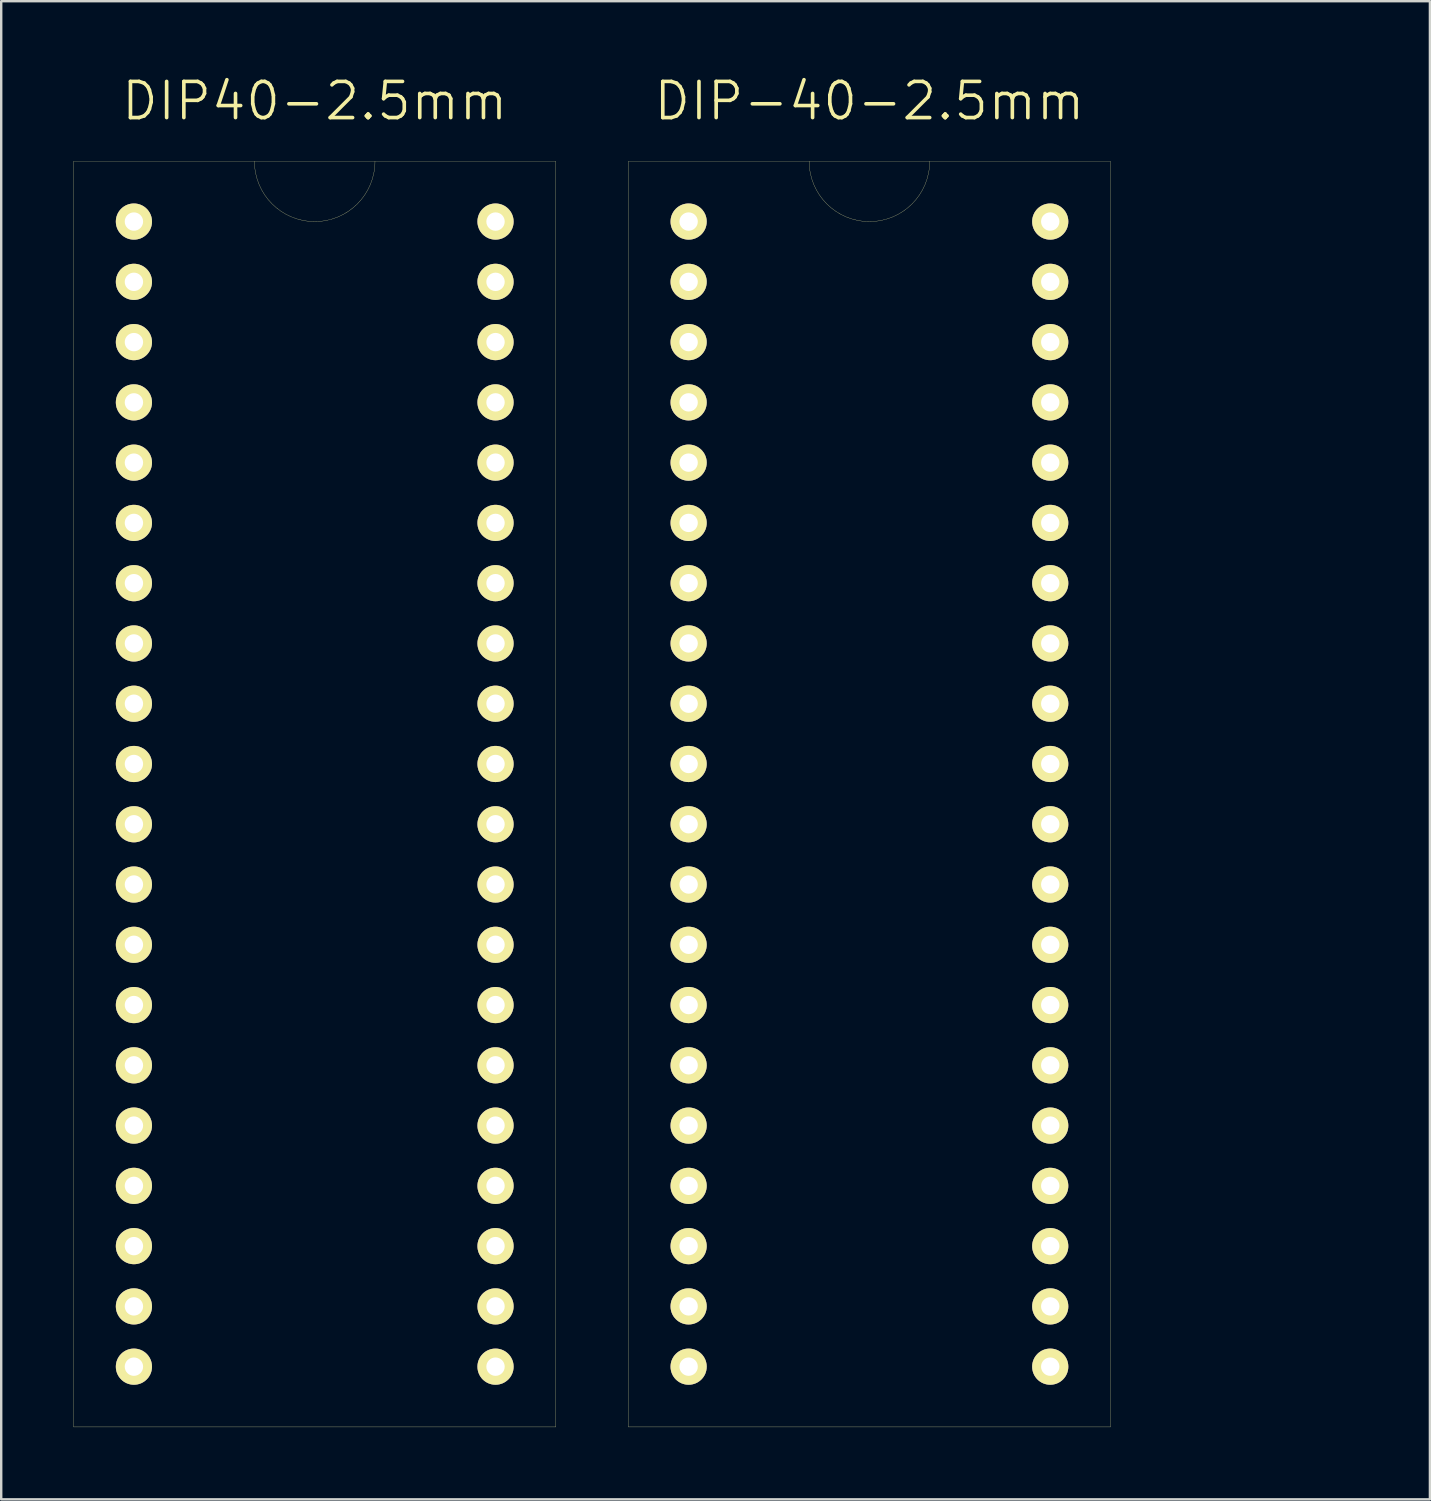
<source format=kicad_pcb>
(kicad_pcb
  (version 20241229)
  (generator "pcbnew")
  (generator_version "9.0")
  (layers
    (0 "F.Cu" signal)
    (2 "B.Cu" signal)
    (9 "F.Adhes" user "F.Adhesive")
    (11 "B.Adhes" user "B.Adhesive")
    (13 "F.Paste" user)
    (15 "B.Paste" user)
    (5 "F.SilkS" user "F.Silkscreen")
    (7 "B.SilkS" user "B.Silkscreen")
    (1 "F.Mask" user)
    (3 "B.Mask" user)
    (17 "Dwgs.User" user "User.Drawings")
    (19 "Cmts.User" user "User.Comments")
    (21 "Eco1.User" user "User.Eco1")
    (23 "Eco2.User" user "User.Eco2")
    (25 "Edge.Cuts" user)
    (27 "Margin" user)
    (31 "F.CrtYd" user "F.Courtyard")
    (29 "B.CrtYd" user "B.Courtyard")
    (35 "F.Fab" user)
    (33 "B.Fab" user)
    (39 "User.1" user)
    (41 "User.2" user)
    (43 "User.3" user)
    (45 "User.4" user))
  (footprint "DIP-40-2.5mm"
    (layer "F.Cu")
    (at 53.015 36.141)
    (property "Reference" "DIP-40-2.5mm" (at -20 -35 0) (layer "F.SilkS") (effects (font (size 1.5 1.5) (thickness 0.15))))
    (attr through_hole)
    (fp_line (start -30 -32.5) (end -10 -32.5) (stroke (width 0.01) (type solid)) (layer "F.SilkS"))
    (fp_line (start -30 20) (end -30 -32.5) (stroke (width 0.01) (type solid)) (layer "F.SilkS"))
    (fp_line (start -10 -32.5) (end -10 20) (stroke (width 0.01) (type solid)) (layer "F.SilkS"))
    (fp_line (start -10 20) (end -30 20) (stroke (width 0.01) (type solid)) (layer "F.SilkS"))
    (fp_arc (start -20 -30) (mid -21.767767 -30.732233) (end -22.5 -32.5) (stroke (width 0.01) (type solid)) (layer "F.SilkS"))
    (fp_arc (start -17.5 -32.5) (mid -18.232233 -30.732233) (end -20 -30) (stroke (width 0.01) (type solid)) (layer "F.SilkS"))
    (pad "1" thru_hole circle (at -27.5 -30) (size 1.5 1.5) (drill 0.762) (layers "*.Cu" "*.Mask" "F.SilkS"))
    (pad "2" thru_hole circle (at -27.5 -27.5) (size 1.5 1.5) (drill 0.762) (layers "*.Cu" "*.Mask" "F.SilkS"))
    (pad "3" thru_hole circle (at -27.5 -25) (size 1.5 1.5) (drill 0.762) (layers "*.Cu" "*.Mask" "F.SilkS"))
    (pad "4" thru_hole circle (at -27.5 -22.5) (size 1.5 1.5) (drill 0.762) (layers "*.Cu" "*.Mask" "F.SilkS"))
    (pad "5" thru_hole circle (at -27.5 -20) (size 1.5 1.5) (drill 0.762) (layers "*.Cu" "*.Mask" "F.SilkS"))
    (pad "6" thru_hole circle (at -27.5 -17.5) (size 1.5 1.5) (drill 0.762) (layers "*.Cu" "*.Mask" "F.SilkS"))
    (pad "7" thru_hole circle (at -27.5 -15) (size 1.5 1.5) (drill 0.762) (layers "*.Cu" "*.Mask" "F.SilkS"))
    (pad "8" thru_hole circle (at -27.5 -12.5) (size 1.5 1.5) (drill 0.762) (layers "*.Cu" "*.Mask" "F.SilkS"))
    (pad "9" thru_hole circle (at -27.5 -10) (size 1.5 1.5) (drill 0.762) (layers "*.Cu" "*.Mask" "F.SilkS"))
    (pad "10" thru_hole circle (at -27.5 -7.5) (size 1.5 1.5) (drill 0.762) (layers "*.Cu" "*.Mask" "F.SilkS"))
    (pad "11" thru_hole circle (at -27.5 -5) (size 1.5 1.5) (drill 0.762) (layers "*.Cu" "*.Mask" "F.SilkS"))
    (pad "12" thru_hole circle (at -27.5 -2.5) (size 1.5 1.5) (drill 0.762) (layers "*.Cu" "*.Mask" "F.SilkS"))
    (pad "13" thru_hole circle (at -27.5 0) (size 1.5 1.5) (drill 0.762) (layers "*.Cu" "*.Mask" "F.SilkS"))
    (pad "14" thru_hole circle (at -27.5 2.5) (size 1.5 1.5) (drill 0.762) (layers "*.Cu" "*.Mask" "F.SilkS"))
    (pad "15" thru_hole circle (at -27.5 5) (size 1.5 1.5) (drill 0.762) (layers "*.Cu" "*.Mask" "F.SilkS"))
    (pad "16" thru_hole circle (at -27.5 7.5) (size 1.5 1.5) (drill 0.762) (layers "*.Cu" "*.Mask" "F.SilkS"))
    (pad "17" thru_hole circle (at -27.5 10) (size 1.5 1.5) (drill 0.762) (layers "*.Cu" "*.Mask" "F.SilkS"))
    (pad "18" thru_hole circle (at -27.5 12.5) (size 1.5 1.5) (drill 0.762) (layers "*.Cu" "*.Mask" "F.SilkS"))
    (pad "19" thru_hole circle (at -27.5 15) (size 1.5 1.5) (drill 0.762) (layers "*.Cu" "*.Mask" "F.SilkS"))
    (pad "20" thru_hole circle (at -27.5 17.5) (size 1.5 1.5) (drill 0.762) (layers "*.Cu" "*.Mask" "F.SilkS"))
    (pad "21" thru_hole circle (at -12.5 17.5) (size 1.5 1.5) (drill 0.762) (layers "*.Cu" "*.Mask" "F.SilkS"))
    (pad "22" thru_hole circle (at -12.5 15) (size 1.5 1.5) (drill 0.762) (layers "*.Cu" "*.Mask" "F.SilkS"))
    (pad "23" thru_hole circle (at -12.5 12.5) (size 1.5 1.5) (drill 0.762) (layers "*.Cu" "*.Mask" "F.SilkS"))
    (pad "24" thru_hole circle (at -12.5 10) (size 1.5 1.5) (drill 0.762) (layers "*.Cu" "*.Mask" "F.SilkS"))
    (pad "25" thru_hole circle (at -12.5 7.5) (size 1.5 1.5) (drill 0.762) (layers "*.Cu" "*.Mask" "F.SilkS"))
    (pad "26" thru_hole circle (at -12.5 5) (size 1.5 1.5) (drill 0.762) (layers "*.Cu" "*.Mask" "F.SilkS"))
    (pad "27" thru_hole circle (at -12.5 2.5) (size 1.5 1.5) (drill 0.762) (layers "*.Cu" "*.Mask" "F.SilkS"))
    (pad "28" thru_hole circle (at -12.5 0) (size 1.5 1.5) (drill 0.762) (layers "*.Cu" "*.Mask" "F.SilkS"))
    (pad "29" thru_hole circle (at -12.5 -2.5) (size 1.5 1.5) (drill 0.762) (layers "*.Cu" "*.Mask" "F.SilkS"))
    (pad "30" thru_hole circle (at -12.5 -5) (size 1.5 1.5) (drill 0.762) (layers "*.Cu" "*.Mask" "F.SilkS"))
    (pad "31" thru_hole circle (at -12.5 -7.5) (size 1.5 1.5) (drill 0.762) (layers "*.Cu" "*.Mask" "F.SilkS"))
    (pad "32" thru_hole circle (at -12.5 -10) (size 1.5 1.5) (drill 0.762) (layers "*.Cu" "*.Mask" "F.SilkS"))
    (pad "33" thru_hole circle (at -12.5 -12.5) (size 1.5 1.5) (drill 0.762) (layers "*.Cu" "*.Mask" "F.SilkS"))
    (pad "34" thru_hole circle (at -12.5 -15) (size 1.5 1.5) (drill 0.762) (layers "*.Cu" "*.Mask" "F.SilkS"))
    (pad "35" thru_hole circle (at -12.5 -17.5) (size 1.5 1.5) (drill 0.762) (layers "*.Cu" "*.Mask" "F.SilkS"))
    (pad "36" thru_hole circle (at -12.5 -20) (size 1.5 1.5) (drill 0.762) (layers "*.Cu" "*.Mask" "F.SilkS"))
    (pad "37" thru_hole circle (at -12.5 -22.5) (size 1.5 1.5) (drill 0.762) (layers "*.Cu" "*.Mask" "F.SilkS"))
    (pad "38" thru_hole circle (at -12.5 -25) (size 1.5 1.5) (drill 0.762) (layers "*.Cu" "*.Mask" "F.SilkS"))
    (pad "39" thru_hole circle (at -12.5 -27.5) (size 1.5 1.5) (drill 0.762) (layers "*.Cu" "*.Mask" "F.SilkS"))
    (pad "40" thru_hole circle (at -12.5 -30) (size 1.5 1.5) (drill 0.762) (layers "*.Cu" "*.Mask" "F.SilkS")))
  (footprint "DIP40-2.5mm"
    (layer "F.Cu")
    (at 10.005 29.891)
    (property "Reference" "DIP40-2.5mm" (at 0 -28.75 0) (layer "F.SilkS") (effects (font (size 1.5 1.5) (thickness 0.15))))
    (attr through_hole)
    (fp_line (start -10 -26.25) (end 10 -26.25) (stroke (width 0.01) (type solid)) (layer "F.SilkS"))
    (fp_line (start -10 26.25) (end -10 -26.25) (stroke (width 0.01) (type solid)) (layer "F.SilkS"))
    (fp_line (start 10 -26.25) (end 10 26.25) (stroke (width 0.01) (type solid)) (layer "F.SilkS"))
    (fp_line (start 10 26.25) (end -10 26.25) (stroke (width 0.01) (type solid)) (layer "F.SilkS"))
    (fp_arc (start 0 -23.75) (mid -1.767767 -24.482233) (end -2.5 -26.25) (stroke (width 0.01) (type solid)) (layer "F.SilkS"))
    (fp_arc (start 2.5 -26.25) (mid 1.767767 -24.482233) (end 0 -23.75) (stroke (width 0.01) (type solid)) (layer "F.SilkS"))
    (pad "1" thru_hole circle (at -7.5 -23.75) (size 1.5 1.5) (drill 0.762) (layers "*.Cu" "*.Mask" "F.SilkS"))
    (pad "2" thru_hole circle (at -7.5 -21.25) (size 1.5 1.5) (drill 0.762) (layers "*.Cu" "*.Mask" "F.SilkS"))
    (pad "3" thru_hole circle (at -7.5 -18.75) (size 1.5 1.5) (drill 0.762) (layers "*.Cu" "*.Mask" "F.SilkS"))
    (pad "4" thru_hole circle (at -7.5 -16.25) (size 1.5 1.5) (drill 0.762) (layers "*.Cu" "*.Mask" "F.SilkS"))
    (pad "5" thru_hole circle (at -7.5 -13.75) (size 1.5 1.5) (drill 0.762) (layers "*.Cu" "*.Mask" "F.SilkS"))
    (pad "6" thru_hole circle (at -7.5 -11.25) (size 1.5 1.5) (drill 0.762) (layers "*.Cu" "*.Mask" "F.SilkS"))
    (pad "7" thru_hole circle (at -7.5 -8.75) (size 1.5 1.5) (drill 0.762) (layers "*.Cu" "*.Mask" "F.SilkS"))
    (pad "8" thru_hole circle (at -7.5 -6.25) (size 1.5 1.5) (drill 0.762) (layers "*.Cu" "*.Mask" "F.SilkS"))
    (pad "9" thru_hole circle (at -7.5 -3.75) (size 1.5 1.5) (drill 0.762) (layers "*.Cu" "*.Mask" "F.SilkS"))
    (pad "10" thru_hole circle (at -7.5 -1.25) (size 1.5 1.5) (drill 0.762) (layers "*.Cu" "*.Mask" "F.SilkS"))
    (pad "11" thru_hole circle (at -7.5 1.25) (size 1.5 1.5) (drill 0.762) (layers "*.Cu" "*.Mask" "F.SilkS"))
    (pad "12" thru_hole circle (at -7.5 3.75) (size 1.5 1.5) (drill 0.762) (layers "*.Cu" "*.Mask" "F.SilkS"))
    (pad "13" thru_hole circle (at -7.5 6.25) (size 1.5 1.5) (drill 0.762) (layers "*.Cu" "*.Mask" "F.SilkS"))
    (pad "14" thru_hole circle (at -7.5 8.75) (size 1.5 1.5) (drill 0.762) (layers "*.Cu" "*.Mask" "F.SilkS"))
    (pad "15" thru_hole circle (at -7.5 11.25) (size 1.5 1.5) (drill 0.762) (layers "*.Cu" "*.Mask" "F.SilkS"))
    (pad "16" thru_hole circle (at -7.5 13.75) (size 1.5 1.5) (drill 0.762) (layers "*.Cu" "*.Mask" "F.SilkS"))
    (pad "17" thru_hole circle (at -7.5 16.25) (size 1.5 1.5) (drill 0.762) (layers "*.Cu" "*.Mask" "F.SilkS"))
    (pad "18" thru_hole circle (at -7.5 18.75) (size 1.5 1.5) (drill 0.762) (layers "*.Cu" "*.Mask" "F.SilkS"))
    (pad "19" thru_hole circle (at -7.5 21.25) (size 1.5 1.5) (drill 0.762) (layers "*.Cu" "*.Mask" "F.SilkS"))
    (pad "20" thru_hole circle (at -7.5 23.75) (size 1.5 1.5) (drill 0.762) (layers "*.Cu" "*.Mask" "F.SilkS"))
    (pad "21" thru_hole circle (at 7.5 23.75) (size 1.5 1.5) (drill 0.762) (layers "*.Cu" "*.Mask" "F.SilkS"))
    (pad "22" thru_hole circle (at 7.5 21.25) (size 1.5 1.5) (drill 0.762) (layers "*.Cu" "*.Mask" "F.SilkS"))
    (pad "23" thru_hole circle (at 7.5 18.75) (size 1.5 1.5) (drill 0.762) (layers "*.Cu" "*.Mask" "F.SilkS"))
    (pad "24" thru_hole circle (at 7.5 16.25) (size 1.5 1.5) (drill 0.762) (layers "*.Cu" "*.Mask" "F.SilkS"))
    (pad "25" thru_hole circle (at 7.5 13.75) (size 1.5 1.5) (drill 0.762) (layers "*.Cu" "*.Mask" "F.SilkS"))
    (pad "26" thru_hole circle (at 7.5 11.25) (size 1.5 1.5) (drill 0.762) (layers "*.Cu" "*.Mask" "F.SilkS"))
    (pad "27" thru_hole circle (at 7.5 8.75) (size 1.5 1.5) (drill 0.762) (layers "*.Cu" "*.Mask" "F.SilkS"))
    (pad "28" thru_hole circle (at 7.5 6.25) (size 1.5 1.5) (drill 0.762) (layers "*.Cu" "*.Mask" "F.SilkS"))
    (pad "29" thru_hole circle (at 7.5 3.75) (size 1.5 1.5) (drill 0.762) (layers "*.Cu" "*.Mask" "F.SilkS"))
    (pad "30" thru_hole circle (at 7.5 1.25) (size 1.5 1.5) (drill 0.762) (layers "*.Cu" "*.Mask" "F.SilkS"))
    (pad "31" thru_hole circle (at 7.5 -1.25) (size 1.5 1.5) (drill 0.762) (layers "*.Cu" "*.Mask" "F.SilkS"))
    (pad "32" thru_hole circle (at 7.5 -3.75) (size 1.5 1.5) (drill 0.762) (layers "*.Cu" "*.Mask" "F.SilkS"))
    (pad "33" thru_hole circle (at 7.5 -6.25) (size 1.5 1.5) (drill 0.762) (layers "*.Cu" "*.Mask" "F.SilkS"))
    (pad "34" thru_hole circle (at 7.5 -8.75) (size 1.5 1.5) (drill 0.762) (layers "*.Cu" "*.Mask" "F.SilkS"))
    (pad "35" thru_hole circle (at 7.5 -11.25) (size 1.5 1.5) (drill 0.762) (layers "*.Cu" "*.Mask" "F.SilkS"))
    (pad "36" thru_hole circle (at 7.5 -13.75) (size 1.5 1.5) (drill 0.762) (layers "*.Cu" "*.Mask" "F.SilkS"))
    (pad "37" thru_hole circle (at 7.5 -16.25) (size 1.5 1.5) (drill 0.762) (layers "*.Cu" "*.Mask" "F.SilkS"))
    (pad "38" thru_hole circle (at 7.5 -18.75) (size 1.5 1.5) (drill 0.762) (layers "*.Cu" "*.Mask" "F.SilkS"))
    (pad "39" thru_hole circle (at 7.5 -21.25) (size 1.5 1.5) (drill 0.762) (layers "*.Cu" "*.Mask" "F.SilkS"))
    (pad "40" thru_hole circle (at 7.5 -23.75) (size 1.5 1.5) (drill 0.762) (layers "*.Cu" "*.Mask" "F.SilkS")))
  (gr_rect
    (start -3 -3)
    (end 56.265 59.146)
    (stroke (width 0.1) (type default))
    (fill no)
    (layer "Edge.Cuts")))
</source>
